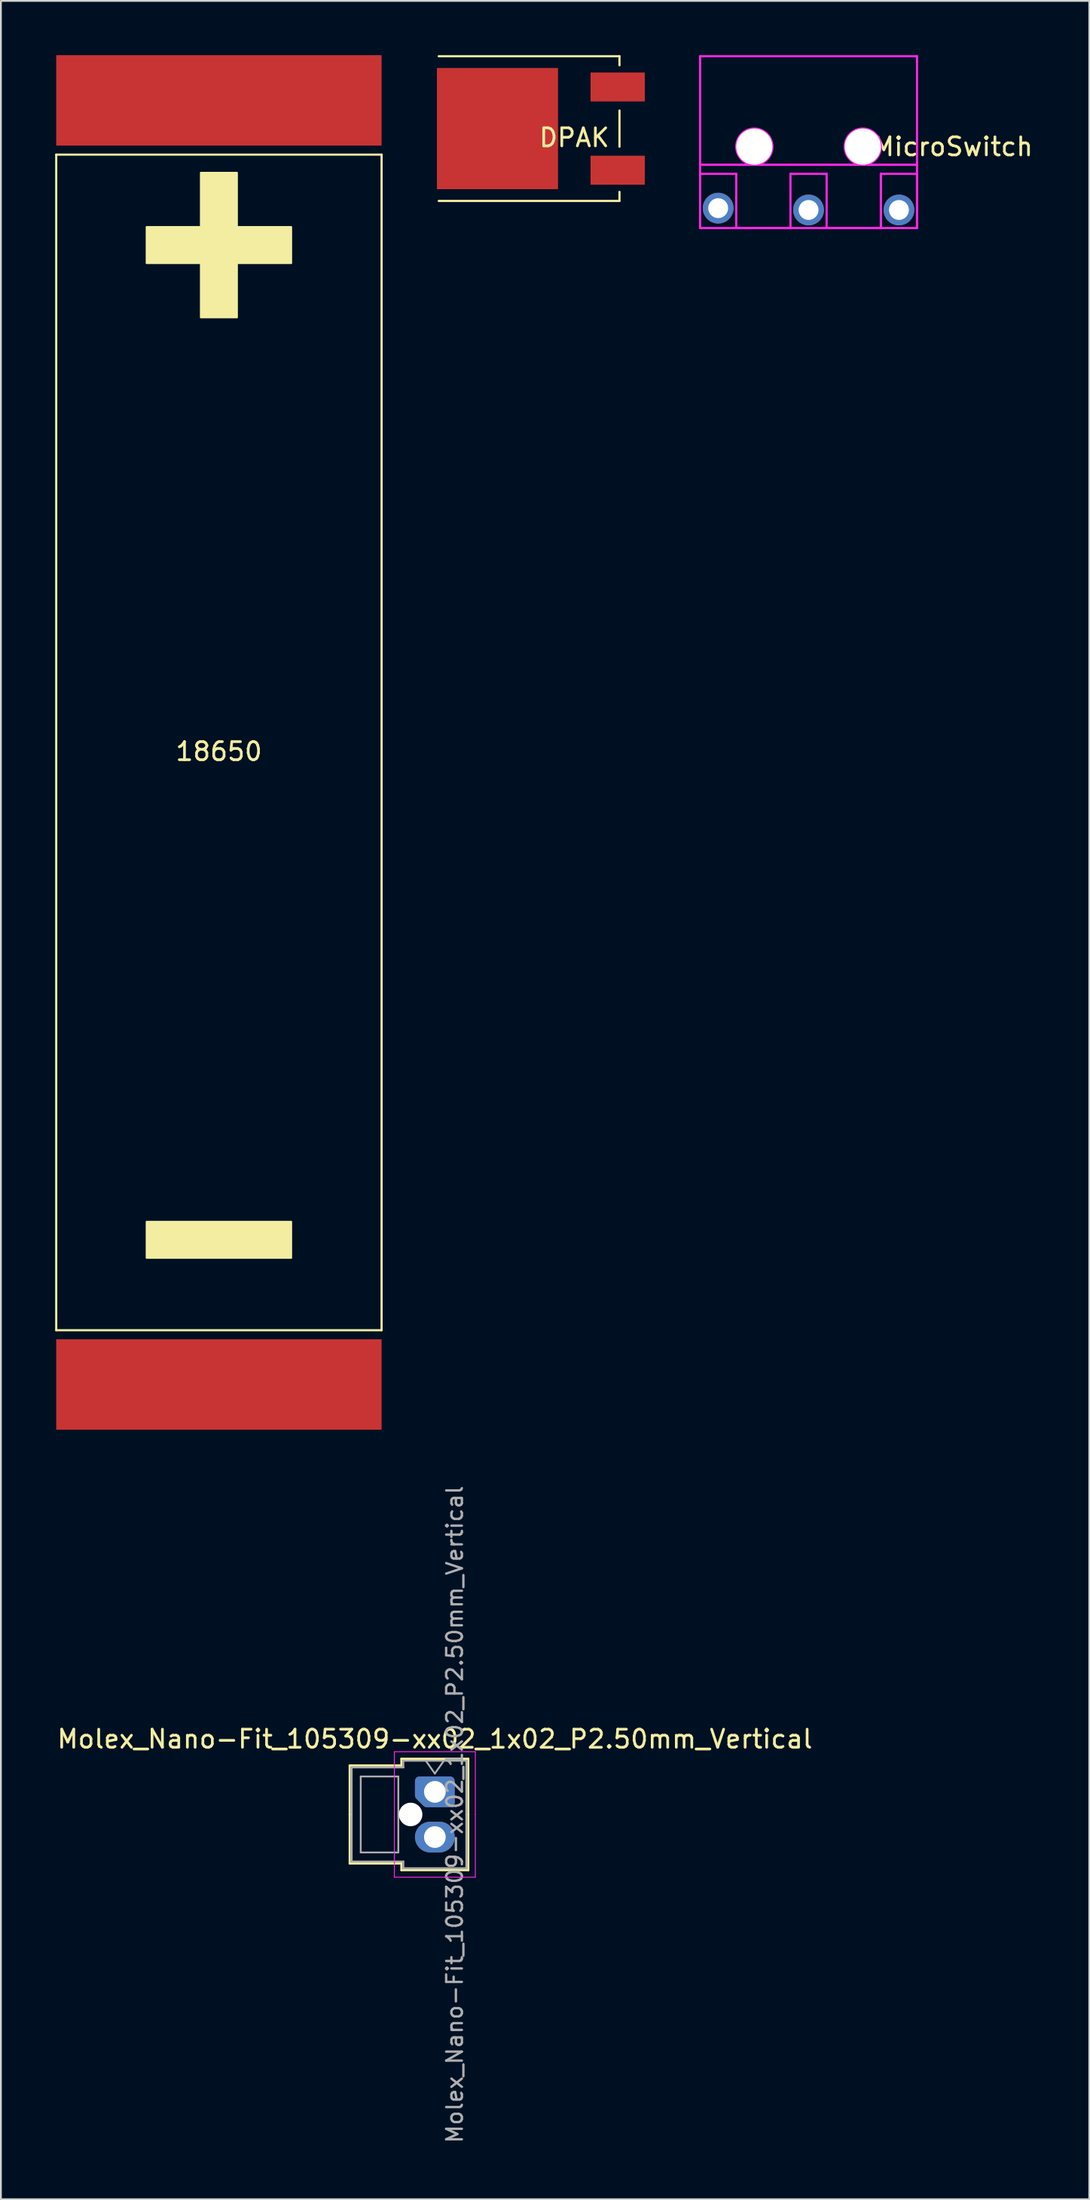
<source format=kicad_pcb>
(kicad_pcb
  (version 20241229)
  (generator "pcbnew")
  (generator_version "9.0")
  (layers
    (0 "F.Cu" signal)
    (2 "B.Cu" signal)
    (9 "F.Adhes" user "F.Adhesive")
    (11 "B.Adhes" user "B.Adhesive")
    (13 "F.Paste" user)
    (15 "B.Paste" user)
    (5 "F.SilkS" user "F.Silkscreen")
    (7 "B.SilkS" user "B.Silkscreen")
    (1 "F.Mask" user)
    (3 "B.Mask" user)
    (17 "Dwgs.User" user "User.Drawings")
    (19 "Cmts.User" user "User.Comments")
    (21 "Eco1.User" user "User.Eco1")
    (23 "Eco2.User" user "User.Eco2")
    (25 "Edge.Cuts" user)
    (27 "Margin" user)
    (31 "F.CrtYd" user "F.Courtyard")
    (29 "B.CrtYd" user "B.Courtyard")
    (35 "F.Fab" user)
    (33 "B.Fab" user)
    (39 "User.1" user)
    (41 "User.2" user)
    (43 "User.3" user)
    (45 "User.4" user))
  (footprint "DPAK"
    (layer "F.Cu")
    (at 28.72 4.06)
    (property "Reference" "DPAK" (at 0 0.5 0) (layer "F.SilkS") (effects (font (size 1 1) (thickness 0.15))))
    (attr through_hole)
    (fp_line (start 2.5 -4) (end -7.5 -4) (stroke (width 0.12) (type solid)) (layer "F.SilkS"))
    (fp_line (start 2.5 -4) (end 2.5 -3.5) (stroke (width 0.12) (type solid)) (layer "F.SilkS"))
    (fp_line (start 2.5 -1) (end 2.5 1) (stroke (width 0.12) (type solid)) (layer "F.SilkS"))
    (fp_line (start 2.5 4) (end -7.5 4) (stroke (width 0.12) (type solid)) (layer "F.SilkS"))
    (fp_line (start 2.5 4) (end 2.5 3.5) (stroke (width 0.12) (type solid)) (layer "F.SilkS"))
    (pad "1" smd rect (at 2.4 -2.3) (size 3 1.6) (layers "F.Cu" "F.Mask" "F.Paste"))
    (pad "2" smd rect (at -4.25 0) (size 6.7 6.7) (layers "F.Cu" "F.Mask" "F.Paste"))
    (pad "3" smd rect (at 2.4 2.3) (size 3 1.6) (layers "F.Cu" "F.Mask" "F.Paste")))
  (footprint "MicroSwitch"
    (layer "F.Cu")
    (at 41.68 5.06)
    (property "Reference" "MicroSwitch" (at 8 0 0) (layer "F.SilkS") (effects (font (size 1 1) (thickness 0.15))))
    (attr through_hole)
    (fp_line (start -6 -5) (end 6 -5) (stroke (width 0.12) (type solid)) (layer "F.CrtYd"))
    (fp_line (start -6 1) (end -6 -5) (stroke (width 0.12) (type solid)) (layer "F.CrtYd"))
    (fp_line (start -6 1) (end 6 1) (stroke (width 0.12) (type solid)) (layer "F.CrtYd"))
    (fp_line (start -6 4.5) (end -6 1) (stroke (width 0.12) (type solid)) (layer "F.CrtYd"))
    (fp_line (start -4 1.5) (end -6 1.5) (stroke (width 0.12) (type solid)) (layer "F.CrtYd"))
    (fp_line (start -4 1.5) (end -4 4.5) (stroke (width 0.12) (type solid)) (layer "F.CrtYd"))
    (fp_line (start -4 4.5) (end -1 4.5) (stroke (width 0.12) (type solid)) (layer "F.CrtYd"))
    (fp_line (start -1 1.5) (end 1 1.5) (stroke (width 0.12) (type solid)) (layer "F.CrtYd"))
    (fp_line (start -1 4.5) (end -1 1.5) (stroke (width 0.12) (type solid)) (layer "F.CrtYd"))
    (fp_line (start 1 1.5) (end 1 4.5) (stroke (width 0.12) (type solid)) (layer "F.CrtYd"))
    (fp_line (start 1 4.5) (end 4 4.5) (stroke (width 0.12) (type solid)) (layer "F.CrtYd"))
    (fp_line (start 4 1.5) (end 4 4.5) (stroke (width 0.12) (type solid)) (layer "F.CrtYd"))
    (fp_line (start 4 1.5) (end 6 1.5) (stroke (width 0.12) (type solid)) (layer "F.CrtYd"))
    (fp_line (start 4 4.5) (end 4 1.5) (stroke (width 0.12) (type solid)) (layer "F.CrtYd"))
    (fp_line (start 6 -5) (end 6 1) (stroke (width 0.12) (type solid)) (layer "F.CrtYd"))
    (fp_line (start 6 1) (end -6 1) (stroke (width 0.12) (type solid)) (layer "F.CrtYd"))
    (fp_line (start 6 1) (end 6 4.5) (stroke (width 0.12) (type solid)) (layer "F.CrtYd"))
    (fp_line (start 6 1.5) (end 6 4.5) (stroke (width 0.12) (type solid)) (layer "F.CrtYd"))
    (fp_line (start 6 4.5) (end -6 4.5) (stroke (width 0.12) (type solid)) (layer "F.CrtYd"))
    (fp_circle (center -3 0) (end -2 0) (stroke (width 0.12) (type solid)) (fill no) (layer "F.CrtYd"))
    (fp_circle (center 3 0) (end 4 0) (stroke (width 0.12) (type solid)) (fill no) (layer "F.CrtYd"))
    (pad "" thru_hole circle (at -3 0) (size 2 2) (drill 2) (layers "*.Cu" "*.Mask"))
    (pad "" thru_hole circle (at 3 0) (size 2 2) (drill 2) (layers "*.Cu" "*.Mask"))
    (pad "1" thru_hole circle (at -5 3.4) (size 1.7 1.7) (drill 1.1) (layers "*.Cu" "*.Mask"))
    (pad "2" thru_hole circle (at 0 3.5) (size 1.7 1.7) (drill 1.1) (layers "*.Cu" "*.Mask"))
    (pad "3" thru_hole circle (at 5 3.5) (size 1.7 1.7) (drill 1.1) (layers "*.Cu" "*.Mask")))
  (footprint "Molex_Nano-Fit_105309-xx02_1x02_P2.50mm_Vertical"
    (layer "F.Cu")
    (at 21.006 96.024)
    (property "Reference" "Molex_Nano-Fit_105309-xx02_1x02_P2.50mm_Vertical" (at 0 -2.92 0) (layer "F.SilkS") (effects (font (size 1 1) (thickness 0.15))))
    (attr through_hole)
    (fp_line (start -4.71 -1.46) (end -4.71 1.25) (stroke (width 0.12) (type solid)) (layer "F.SilkS"))
    (fp_line (start -4.71 3.96) (end -4.71 1.25) (stroke (width 0.12) (type solid)) (layer "F.SilkS"))
    (fp_line (start -1.85 -1.83) (end -1.85 -1.46) (stroke (width 0.12) (type solid)) (layer "F.SilkS"))
    (fp_line (start -1.85 -1.46) (end -4.71 -1.46) (stroke (width 0.12) (type solid)) (layer "F.SilkS"))
    (fp_line (start -1.85 3.96) (end -4.71 3.96) (stroke (width 0.12) (type solid)) (layer "F.SilkS"))
    (fp_line (start -1.85 4.33) (end -1.85 3.96) (stroke (width 0.12) (type solid)) (layer "F.SilkS"))
    (fp_line (start 1.85 -1.83) (end -1.85 -1.83) (stroke (width 0.12) (type solid)) (layer "F.SilkS"))
    (fp_line (start 1.85 1.25) (end 1.85 -1.83) (stroke (width 0.12) (type solid)) (layer "F.SilkS"))
    (fp_line (start 1.85 1.25) (end 1.85 4.33) (stroke (width 0.12) (type solid)) (layer "F.SilkS"))
    (fp_line (start 1.85 4.33) (end -1.85 4.33) (stroke (width 0.12) (type solid)) (layer "F.SilkS"))
    (fp_line (start -2.24 4.72) (end -2.24 -2.22) (stroke (width 0.05) (type solid)) (layer "F.CrtYd"))
    (fp_line (start 2.24 -2.22) (end -2.24 -2.22) (stroke (width 0.05) (type solid)) (layer "F.CrtYd"))
    (fp_line (start 2.24 1.25) (end 2.24 -2.22) (stroke (width 0.05) (type solid)) (layer "F.CrtYd"))
    (fp_line (start 2.24 1.25) (end 2.24 4.72) (stroke (width 0.05) (type solid)) (layer "F.CrtYd"))
    (fp_line (start 2.24 4.72) (end -2.24 4.72) (stroke (width 0.05) (type solid)) (layer "F.CrtYd"))
    (fp_line (start -4.6 -1.35) (end -4.6 1.25) (stroke (width 0.1) (type solid)) (layer "F.Fab"))
    (fp_line (start -4.6 3.85) (end -4.6 1.25) (stroke (width 0.1) (type solid)) (layer "F.Fab"))
    (fp_line (start -4.1 -0.85) (end -4.1 3.35) (stroke (width 0.1) (type solid)) (layer "F.Fab"))
    (fp_line (start -4.1 3.35) (end -2.02 3.35) (stroke (width 0.1) (type solid)) (layer "F.Fab"))
    (fp_line (start -2.02 -0.85) (end -4.1 -0.85) (stroke (width 0.1) (type solid)) (layer "F.Fab"))
    (fp_line (start -2.02 3.35) (end -2.02 -0.85) (stroke (width 0.1) (type solid)) (layer "F.Fab"))
    (fp_line (start -1.74 -1.72) (end -1.74 -1.35) (stroke (width 0.1) (type solid)) (layer "F.Fab"))
    (fp_line (start -1.74 -1.35) (end -4.6 -1.35) (stroke (width 0.1) (type solid)) (layer "F.Fab"))
    (fp_line (start -1.74 3.85) (end -4.6 3.85) (stroke (width 0.1) (type solid)) (layer "F.Fab"))
    (fp_line (start -1.74 4.22) (end -1.74 3.85) (stroke (width 0.1) (type solid)) (layer "F.Fab"))
    (fp_line (start -0.5 -1.72) (end 0 -1.013) (stroke (width 0.1) (type solid)) (layer "F.Fab"))
    (fp_line (start 0 -1.013) (end 0.5 -1.72) (stroke (width 0.1) (type solid)) (layer "F.Fab"))
    (fp_line (start 1.74 -1.72) (end -1.74 -1.72) (stroke (width 0.1) (type solid)) (layer "F.Fab"))
    (fp_line (start 1.74 1.25) (end 1.74 -1.72) (stroke (width 0.1) (type solid)) (layer "F.Fab"))
    (fp_line (start 1.74 1.25) (end 1.74 4.22) (stroke (width 0.1) (type solid)) (layer "F.Fab"))
    (fp_line (start 1.74 4.22) (end -1.74 4.22) (stroke (width 0.1) (type solid)) (layer "F.Fab"))
    (fp_text user "${REFERENCE}" (at 1.1 1.25 90) (layer "F.Fab") (effects (font (size 0.87 0.87) (thickness 0.13))))
    (pad "" np_thru_hole circle (at -1.34 1.25) (size 1.3 1.3) (drill 1.3) (layers "*.Cu" "*.Mask"))
    (pad "1" thru_hole custom (at 0 0) (size 1.417 1.417) (drill 1.2) (layers "*.Cu" "*.Mask") (options (anchor circle)) (primitives (gr_poly (pts (xy -0.85 -0.6) (xy 0.85 -0.6) (xy 0.85 0.6) (xy -0.45 0.6) (xy -0.85 0.2)) (width 0.5) (fill yes))))
    (pad "2" thru_hole oval (at 0 2.5) (size 2.2 1.7) (drill 1.2) (layers "*.Cu" "*.Mask")))
  (footprint "18650"
    (layer "F.Cu")
    (at 9.06 38)
    (property "Reference" "18650" (at 0 0.5 0) (layer "F.SilkS") (effects (font (size 1 1) (thickness 0.15))))
    (attr through_hole)
    (fp_line (start -9 -32.5) (end -9 32.5) (stroke (width 0.12) (type solid)) (layer "F.SilkS"))
    (fp_line (start -9 32.5) (end 9 32.5) (stroke (width 0.12) (type solid)) (layer "F.SilkS"))
    (fp_line (start 9 -32.5) (end -9 -32.5) (stroke (width 0.12) (type solid)) (layer "F.SilkS"))
    (fp_line (start 9 32.5) (end 9 -32.5) (stroke (width 0.12) (type solid)) (layer "F.SilkS"))
    (fp_poly (pts (xy 1 26.5) (xy 4 26.5) (xy 4 28.5) (xy 1 28.5) (xy -1 28.5) (xy -4 28.5) (xy -4 26.5) (xy -1 26.5) (xy 1 26.5)) (stroke (width 0.1) (type solid)) (fill yes) (layer "F.SilkS"))
    (fp_poly (pts (xy 1 -28.5) (xy 4 -28.5) (xy 4 -26.5) (xy 1 -26.5) (xy 1 -23.5) (xy -1 -23.5) (xy -1 -26.5) (xy -4 -26.5) (xy -4 -28.5) (xy -1 -28.5) (xy -1 -31.5) (xy 1 -31.5)) (stroke (width 0.1) (type solid)) (fill yes) (layer "F.SilkS"))
    (pad "1" smd rect (at 0 -35.5) (size 18 5) (layers "F.Cu" "F.Mask" "F.Paste"))
    (pad "2" smd rect (at 0 35.5) (size 18 5) (layers "F.Cu" "F.Mask" "F.Paste")))
  (gr_rect
    (start -3 -3)
    (end 57.21 118.549)
    (stroke (width 0.1) (type default))
    (fill no)
    (layer "Edge.Cuts")))
</source>
